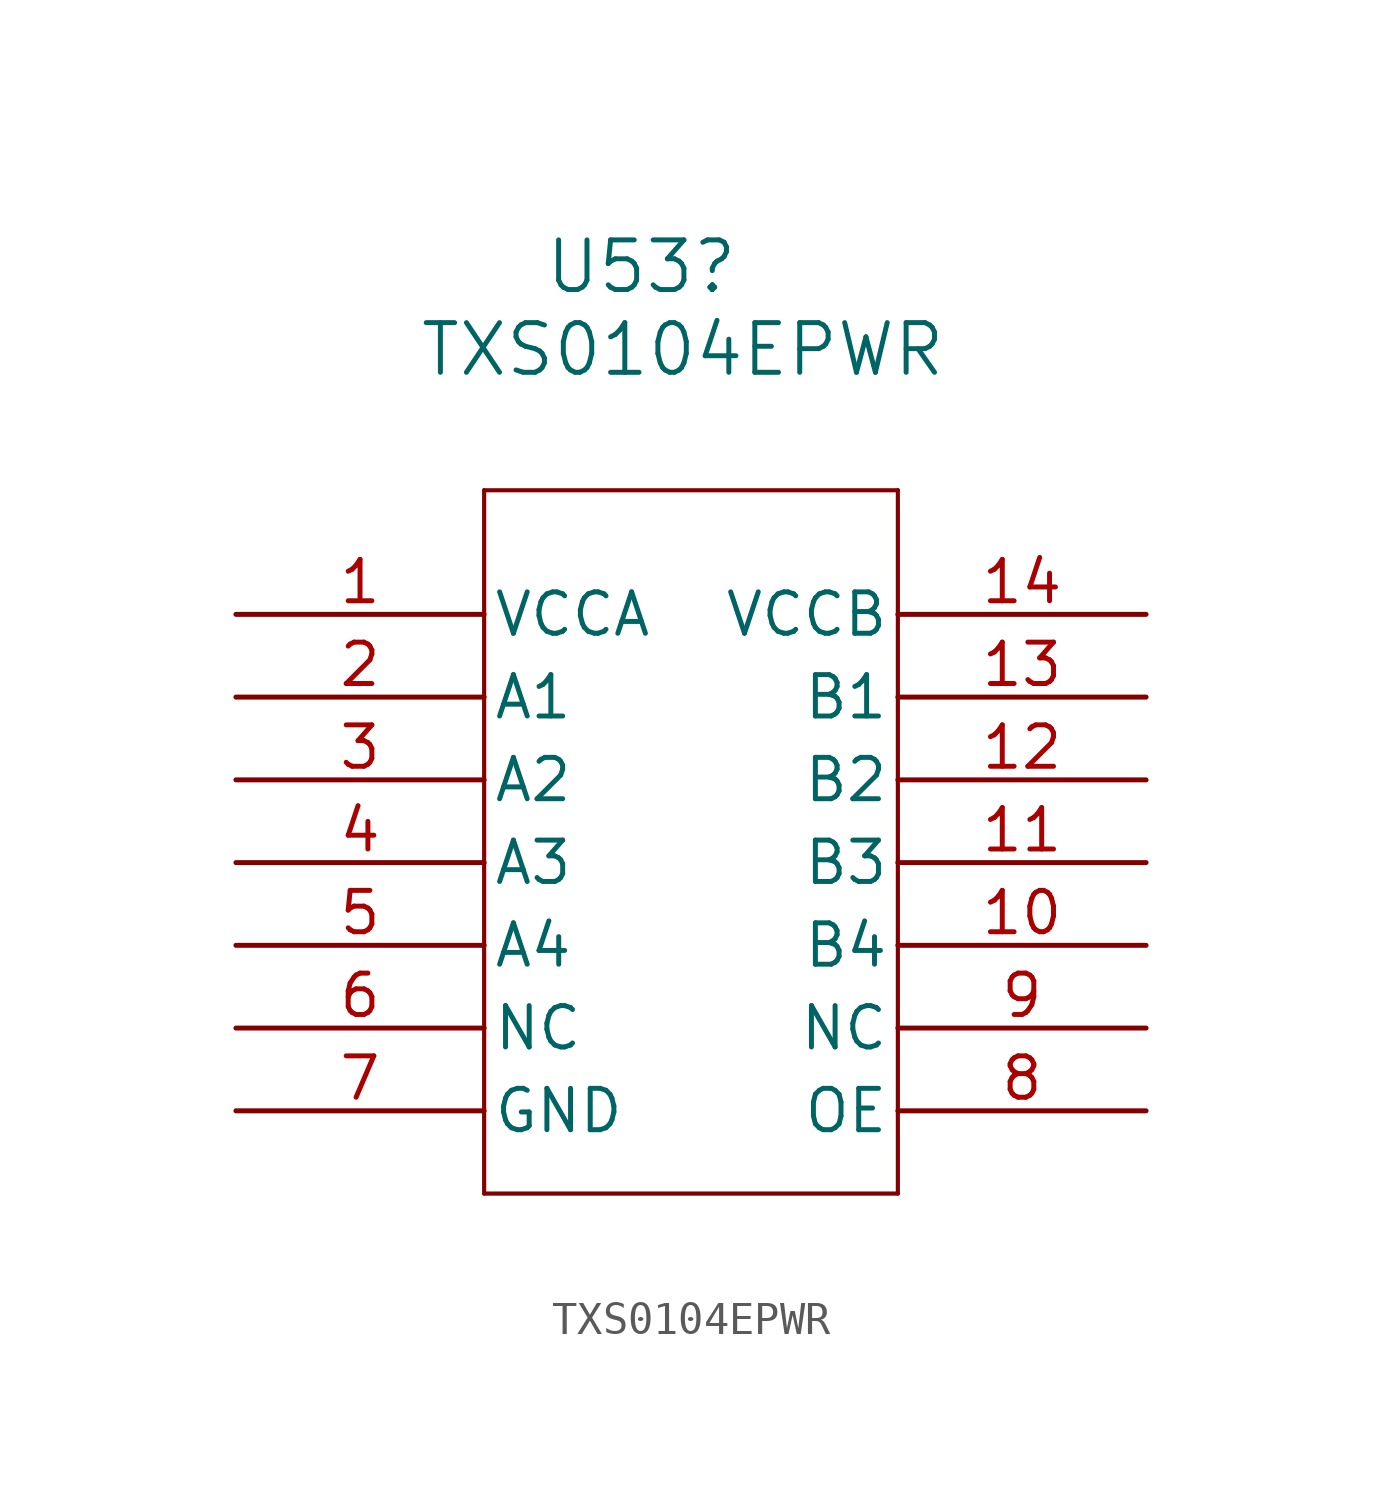
<source format=kicad_sym>
(kicad_symbol_lib
  (version 20231120)
  (generator "kicad_symbol_editor")
  (generator_version "8.0")
  (symbol "TXS0104EPWR"
    (pin_names
      (offset 0.254))
    (property "Reference" "U53"
      (at -1.524 8.128 0)
      (effects (font (size 1.524 1.524))))
    (property "Value" "TXS0104EPWR"
      (at -0.254 5.588 0)
      (effects (font (size 1.524 1.524))))
    (property "ki_locked" ""
      (at 0 0 0)
      (effects (font (size 1.27 1.27))))
    (symbol "TXS0104EPWR_0_1"
      (polyline (pts (xy -6.35 -20.32) (xy 6.35 -20.32)) (stroke (width 0.127) (type default)) (fill (type none)))
      (polyline (pts (xy -6.35 1.27) (xy -6.35 -20.32)) (stroke (width 0.127) (type default)) (fill (type none)))
      (polyline (pts (xy 6.35 -20.32) (xy 6.35 1.27)) (stroke (width 0.127) (type default)) (fill (type none)))
      (polyline (pts (xy 6.35 1.27) (xy -6.35 1.27)) (stroke (width 0.127) (type default)) (fill (type none)))
      (pin power_in line (at -13.97 -2.54 0) (length 7.62) (name "VCCA" (effects (font (size 1.27 1.27)))) (number "1" (effects (font (size 1.27 1.27)))))
      (pin bidirectional line (at 13.97 -12.7 180) (length 7.62) (name "B4" (effects (font (size 1.27 1.27)))) (number "10" (effects (font (size 1.27 1.27)))))
      (pin bidirectional line (at 13.97 -10.16 180) (length 7.62) (name "B3" (effects (font (size 1.27 1.27)))) (number "11" (effects (font (size 1.27 1.27)))))
      (pin bidirectional line (at 13.97 -7.62 180) (length 7.62) (name "B2" (effects (font (size 1.27 1.27)))) (number "12" (effects (font (size 1.27 1.27)))))
      (pin bidirectional line (at 13.97 -5.08 180) (length 7.62) (name "B1" (effects (font (size 1.27 1.27)))) (number "13" (effects (font (size 1.27 1.27)))))
      (pin power_in line (at 13.97 -2.54 180) (length 7.62) (name "VCCB" (effects (font (size 1.27 1.27)))) (number "14" (effects (font (size 1.27 1.27)))))
      (pin bidirectional line (at -13.97 -5.08 0) (length 7.62) (name "A1" (effects (font (size 1.27 1.27)))) (number "2" (effects (font (size 1.27 1.27)))))
      (pin bidirectional line (at -13.97 -7.62 0) (length 7.62) (name "A2" (effects (font (size 1.27 1.27)))) (number "3" (effects (font (size 1.27 1.27)))))
      (pin bidirectional line (at -13.97 -10.16 0) (length 7.62) (name "A3" (effects (font (size 1.27 1.27)))) (number "4" (effects (font (size 1.27 1.27)))))
      (pin bidirectional line (at -13.97 -12.7 0) (length 7.62) (name "A4" (effects (font (size 1.27 1.27)))) (number "5" (effects (font (size 1.27 1.27)))))
      (pin unspecified line (at -13.97 -15.24 0) (length 7.62) (name "NC" (effects (font (size 1.27 1.27)))) (number "6" (effects (font (size 1.27 1.27)))))
      (pin power_in line (at -13.97 -17.78 0) (length 7.62) (name "GND" (effects (font (size 1.27 1.27)))) (number "7" (effects (font (size 1.27 1.27)))))
      (pin output line (at 13.97 -17.78 180) (length 7.62) (name "OE" (effects (font (size 1.27 1.27)))) (number "8" (effects (font (size 1.27 1.27)))))
      (pin unspecified line (at 13.97 -15.24 180) (length 7.62) (name "NC" (effects (font (size 1.27 1.27)))) (number "9" (effects (font (size 1.27 1.27))))))))
</source>
